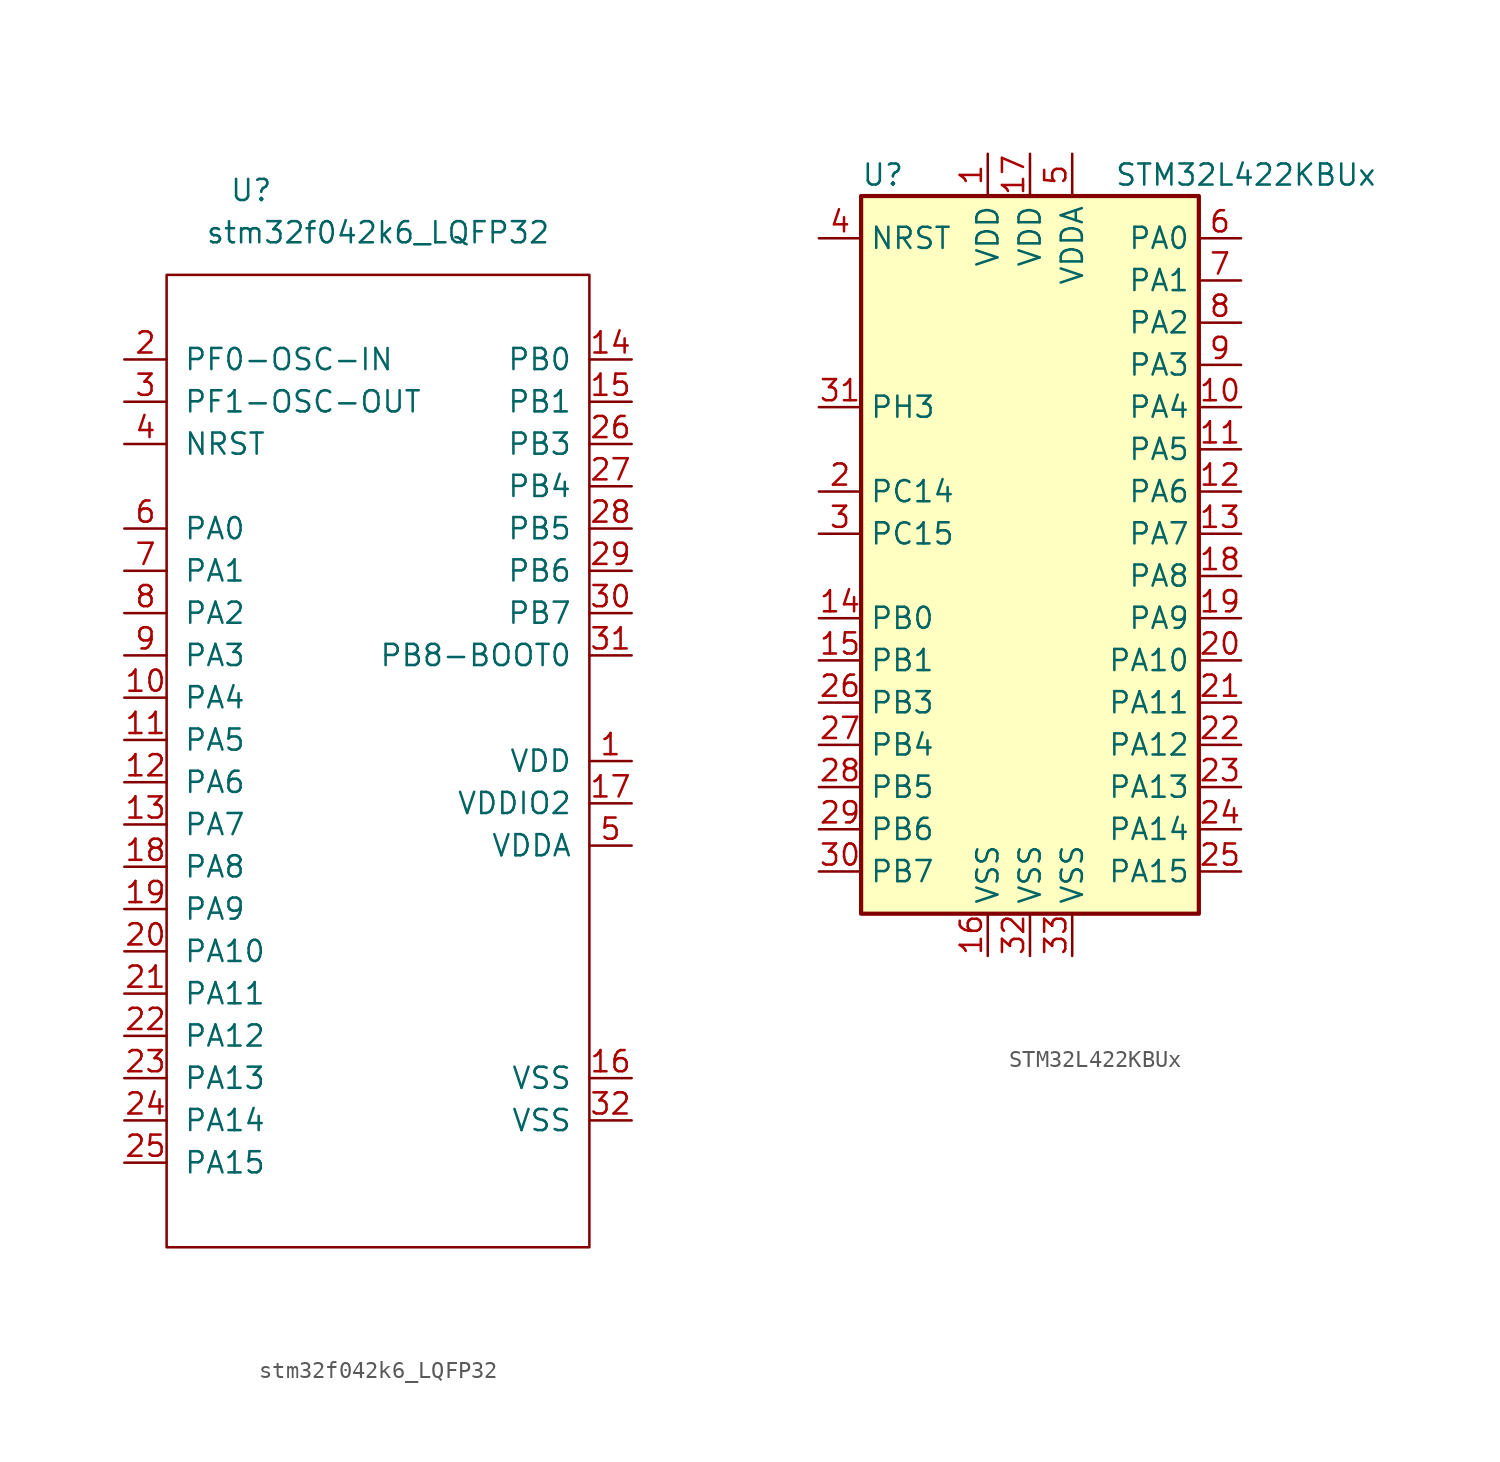
<source format=kicad_sym>
(kicad_symbol_lib
  (version 20211014)
  (generator kicad_symbol_editor)
  (symbol "stm32f042k6_LQFP32"
    (pin_names
      (offset 1.016))
    (property "Reference" "U"
      (at -7.62 33.02 0)
      (effects (font (size 1.27 1.27))))
    (property "Value" "stm32f042k6_LQFP32"
      (at 0 30.48 0)
      (effects (font (size 1.27 1.27))))
    (symbol "stm32f042k6_LQFP32_0_1"
      (rectangle (start -12.7 27.94) (end 12.7 -30.48) (stroke (width 0) (type default) (color 0 0 0 0)) (fill (type none))))
    (symbol "stm32f042k6_LQFP32_1_1"
      (pin bidirectional line (at 15.24 -1.27 180) (length 2.54) (name "VDD" (effects (font (size 1.27 1.27)))) (number "1" (effects (font (size 1.27 1.27)))))
      (pin bidirectional line (at -15.24 2.54 0) (length 2.54) (name "PA4" (effects (font (size 1.27 1.27)))) (number "10" (effects (font (size 1.27 1.27)))))
      (pin bidirectional line (at -15.24 0 0) (length 2.54) (name "PA5" (effects (font (size 1.27 1.27)))) (number "11" (effects (font (size 1.27 1.27)))))
      (pin bidirectional line (at -15.24 -2.54 0) (length 2.54) (name "PA6" (effects (font (size 1.27 1.27)))) (number "12" (effects (font (size 1.27 1.27)))))
      (pin bidirectional line (at -15.24 -5.08 0) (length 2.54) (name "PA7" (effects (font (size 1.27 1.27)))) (number "13" (effects (font (size 1.27 1.27)))))
      (pin bidirectional line (at 15.24 22.86 180) (length 2.54) (name "PB0" (effects (font (size 1.27 1.27)))) (number "14" (effects (font (size 1.27 1.27)))))
      (pin bidirectional line (at 15.24 20.32 180) (length 2.54) (name "PB1" (effects (font (size 1.27 1.27)))) (number "15" (effects (font (size 1.27 1.27)))))
      (pin bidirectional line (at 15.24 -20.32 180) (length 2.54) (name "VSS" (effects (font (size 1.27 1.27)))) (number "16" (effects (font (size 1.27 1.27)))))
      (pin bidirectional line (at 15.24 -3.81 180) (length 2.54) (name "VDDIO2" (effects (font (size 1.27 1.27)))) (number "17" (effects (font (size 1.27 1.27)))))
      (pin bidirectional line (at -15.24 -7.62 0) (length 2.54) (name "PA8" (effects (font (size 1.27 1.27)))) (number "18" (effects (font (size 1.27 1.27)))))
      (pin bidirectional line (at -15.24 -10.16 0) (length 2.54) (name "PA9" (effects (font (size 1.27 1.27)))) (number "19" (effects (font (size 1.27 1.27)))))
      (pin bidirectional line (at -15.24 22.86 0) (length 2.54) (name "PF0-OSC-IN" (effects (font (size 1.27 1.27)))) (number "2" (effects (font (size 1.27 1.27)))))
      (pin bidirectional line (at -15.24 -12.7 0) (length 2.54) (name "PA10" (effects (font (size 1.27 1.27)))) (number "20" (effects (font (size 1.27 1.27)))))
      (pin bidirectional line (at -15.24 -15.24 0) (length 2.54) (name "PA11" (effects (font (size 1.27 1.27)))) (number "21" (effects (font (size 1.27 1.27)))))
      (pin bidirectional line (at -15.24 -17.78 0) (length 2.54) (name "PA12" (effects (font (size 1.27 1.27)))) (number "22" (effects (font (size 1.27 1.27)))))
      (pin bidirectional line (at -15.24 -20.32 0) (length 2.54) (name "PA13" (effects (font (size 1.27 1.27)))) (number "23" (effects (font (size 1.27 1.27)))))
      (pin bidirectional line (at -15.24 -22.86 0) (length 2.54) (name "PA14" (effects (font (size 1.27 1.27)))) (number "24" (effects (font (size 1.27 1.27)))))
      (pin bidirectional line (at -15.24 -25.4 0) (length 2.54) (name "PA15" (effects (font (size 1.27 1.27)))) (number "25" (effects (font (size 1.27 1.27)))))
      (pin bidirectional line (at 15.24 17.78 180) (length 2.54) (name "PB3" (effects (font (size 1.27 1.27)))) (number "26" (effects (font (size 1.27 1.27)))))
      (pin bidirectional line (at 15.24 15.24 180) (length 2.54) (name "PB4" (effects (font (size 1.27 1.27)))) (number "27" (effects (font (size 1.27 1.27)))))
      (pin bidirectional line (at 15.24 12.7 180) (length 2.54) (name "PB5" (effects (font (size 1.27 1.27)))) (number "28" (effects (font (size 1.27 1.27)))))
      (pin bidirectional line (at 15.24 10.16 180) (length 2.54) (name "PB6" (effects (font (size 1.27 1.27)))) (number "29" (effects (font (size 1.27 1.27)))))
      (pin bidirectional line (at -15.24 20.32 0) (length 2.54) (name "PF1-OSC-OUT" (effects (font (size 1.27 1.27)))) (number "3" (effects (font (size 1.27 1.27)))))
      (pin bidirectional line (at 15.24 7.62 180) (length 2.54) (name "PB7" (effects (font (size 1.27 1.27)))) (number "30" (effects (font (size 1.27 1.27)))))
      (pin bidirectional line (at 15.24 5.08 180) (length 2.54) (name "PB8-BOOT0" (effects (font (size 1.27 1.27)))) (number "31" (effects (font (size 1.27 1.27)))))
      (pin bidirectional line (at 15.24 -22.86 180) (length 2.54) (name "VSS" (effects (font (size 1.27 1.27)))) (number "32" (effects (font (size 1.27 1.27)))))
      (pin bidirectional line (at -15.24 17.78 0) (length 2.54) (name "NRST" (effects (font (size 1.27 1.27)))) (number "4" (effects (font (size 1.27 1.27)))))
      (pin bidirectional line (at 15.24 -6.35 180) (length 2.54) (name "VDDA" (effects (font (size 1.27 1.27)))) (number "5" (effects (font (size 1.27 1.27)))))
      (pin bidirectional line (at -15.24 12.7 0) (length 2.54) (name "PA0" (effects (font (size 1.27 1.27)))) (number "6" (effects (font (size 1.27 1.27)))))
      (pin bidirectional line (at -15.24 10.16 0) (length 2.54) (name "PA1" (effects (font (size 1.27 1.27)))) (number "7" (effects (font (size 1.27 1.27)))))
      (pin bidirectional line (at -15.24 7.62 0) (length 2.54) (name "PA2" (effects (font (size 1.27 1.27)))) (number "8" (effects (font (size 1.27 1.27)))))
      (pin bidirectional line (at -15.24 5.08 0) (length 2.54) (name "PA3" (effects (font (size 1.27 1.27)))) (number "9" (effects (font (size 1.27 1.27)))))))
  (symbol "STM32L422KBUx"
    (property "Reference" "U"
      (at -10.16 21.59 0)
      (effects (font (size 1.27 1.27)) (justify left)))
    (property "Value" "STM32L422KBUx"
      (at 5.08 21.59 0)
      (effects (font (size 1.27 1.27)) (justify left)))
    (symbol "STM32L422KBUx_0_1"
      (rectangle (start -10.16 -22.86) (end 10.16 20.32) (stroke (width 0.254) (type default) (color 0 0 0 0)) (fill (type background))))
    (symbol "STM32L422KBUx_1_1"
      (pin power_in line (at -2.54 22.86 270) (length 2.54) (name "VDD" (effects (font (size 1.27 1.27)))) (number "1" (effects (font (size 1.27 1.27)))))
      (pin bidirectional line (at 12.7 7.62 180) (length 2.54) (name "PA4" (effects (font (size 1.27 1.27)))) (number "10" (effects (font (size 1.27 1.27)))))
      (pin bidirectional line (at 12.7 5.08 180) (length 2.54) (name "PA5" (effects (font (size 1.27 1.27)))) (number "11" (effects (font (size 1.27 1.27)))))
      (pin bidirectional line (at 12.7 2.54 180) (length 2.54) (name "PA6" (effects (font (size 1.27 1.27)))) (number "12" (effects (font (size 1.27 1.27)))))
      (pin bidirectional line (at 12.7 0 180) (length 2.54) (name "PA7" (effects (font (size 1.27 1.27)))) (number "13" (effects (font (size 1.27 1.27)))))
      (pin bidirectional line (at -12.7 -5.08 0) (length 2.54) (name "PB0" (effects (font (size 1.27 1.27)))) (number "14" (effects (font (size 1.27 1.27)))))
      (pin bidirectional line (at -12.7 -7.62 0) (length 2.54) (name "PB1" (effects (font (size 1.27 1.27)))) (number "15" (effects (font (size 1.27 1.27)))))
      (pin power_in line (at -2.54 -25.4 90) (length 2.54) (name "VSS" (effects (font (size 1.27 1.27)))) (number "16" (effects (font (size 1.27 1.27)))))
      (pin power_in line (at 0 22.86 270) (length 2.54) (name "VDD" (effects (font (size 1.27 1.27)))) (number "17" (effects (font (size 1.27 1.27)))))
      (pin bidirectional line (at 12.7 -2.54 180) (length 2.54) (name "PA8" (effects (font (size 1.27 1.27)))) (number "18" (effects (font (size 1.27 1.27)))))
      (pin bidirectional line (at 12.7 -5.08 180) (length 2.54) (name "PA9" (effects (font (size 1.27 1.27)))) (number "19" (effects (font (size 1.27 1.27)))))
      (pin bidirectional line (at -12.7 2.54 0) (length 2.54) (name "PC14" (effects (font (size 1.27 1.27)))) (number "2" (effects (font (size 1.27 1.27)))))
      (pin bidirectional line (at 12.7 -7.62 180) (length 2.54) (name "PA10" (effects (font (size 1.27 1.27)))) (number "20" (effects (font (size 1.27 1.27)))))
      (pin bidirectional line (at 12.7 -10.16 180) (length 2.54) (name "PA11" (effects (font (size 1.27 1.27)))) (number "21" (effects (font (size 1.27 1.27)))))
      (pin bidirectional line (at 12.7 -12.7 180) (length 2.54) (name "PA12" (effects (font (size 1.27 1.27)))) (number "22" (effects (font (size 1.27 1.27)))))
      (pin bidirectional line (at 12.7 -15.24 180) (length 2.54) (name "PA13" (effects (font (size 1.27 1.27)))) (number "23" (effects (font (size 1.27 1.27)))))
      (pin bidirectional line (at 12.7 -17.78 180) (length 2.54) (name "PA14" (effects (font (size 1.27 1.27)))) (number "24" (effects (font (size 1.27 1.27)))))
      (pin bidirectional line (at 12.7 -20.32 180) (length 2.54) (name "PA15" (effects (font (size 1.27 1.27)))) (number "25" (effects (font (size 1.27 1.27)))))
      (pin bidirectional line (at -12.7 -10.16 0) (length 2.54) (name "PB3" (effects (font (size 1.27 1.27)))) (number "26" (effects (font (size 1.27 1.27)))))
      (pin bidirectional line (at -12.7 -12.7 0) (length 2.54) (name "PB4" (effects (font (size 1.27 1.27)))) (number "27" (effects (font (size 1.27 1.27)))))
      (pin bidirectional line (at -12.7 -15.24 0) (length 2.54) (name "PB5" (effects (font (size 1.27 1.27)))) (number "28" (effects (font (size 1.27 1.27)))))
      (pin bidirectional line (at -12.7 -17.78 0) (length 2.54) (name "PB6" (effects (font (size 1.27 1.27)))) (number "29" (effects (font (size 1.27 1.27)))))
      (pin bidirectional line (at -12.7 0 0) (length 2.54) (name "PC15" (effects (font (size 1.27 1.27)))) (number "3" (effects (font (size 1.27 1.27)))))
      (pin bidirectional line (at -12.7 -20.32 0) (length 2.54) (name "PB7" (effects (font (size 1.27 1.27)))) (number "30" (effects (font (size 1.27 1.27)))))
      (pin bidirectional line (at -12.7 7.62 0) (length 2.54) (name "PH3" (effects (font (size 1.27 1.27)))) (number "31" (effects (font (size 1.27 1.27)))))
      (pin power_in line (at 0 -25.4 90) (length 2.54) (name "VSS" (effects (font (size 1.27 1.27)))) (number "32" (effects (font (size 1.27 1.27)))))
      (pin power_in line (at 2.54 -25.4 90) (length 2.54) (name "VSS" (effects (font (size 1.27 1.27)))) (number "33" (effects (font (size 1.27 1.27)))))
      (pin input line (at -12.7 17.78 0) (length 2.54) (name "NRST" (effects (font (size 1.27 1.27)))) (number "4" (effects (font (size 1.27 1.27)))))
      (pin power_in line (at 2.54 22.86 270) (length 2.54) (name "VDDA" (effects (font (size 1.27 1.27)))) (number "5" (effects (font (size 1.27 1.27)))))
      (pin bidirectional line (at 12.7 17.78 180) (length 2.54) (name "PA0" (effects (font (size 1.27 1.27)))) (number "6" (effects (font (size 1.27 1.27)))))
      (pin bidirectional line (at 12.7 15.24 180) (length 2.54) (name "PA1" (effects (font (size 1.27 1.27)))) (number "7" (effects (font (size 1.27 1.27)))))
      (pin bidirectional line (at 12.7 12.7 180) (length 2.54) (name "PA2" (effects (font (size 1.27 1.27)))) (number "8" (effects (font (size 1.27 1.27)))))
      (pin bidirectional line (at 12.7 10.16 180) (length 2.54) (name "PA3" (effects (font (size 1.27 1.27)))) (number "9" (effects (font (size 1.27 1.27))))))))
</source>
